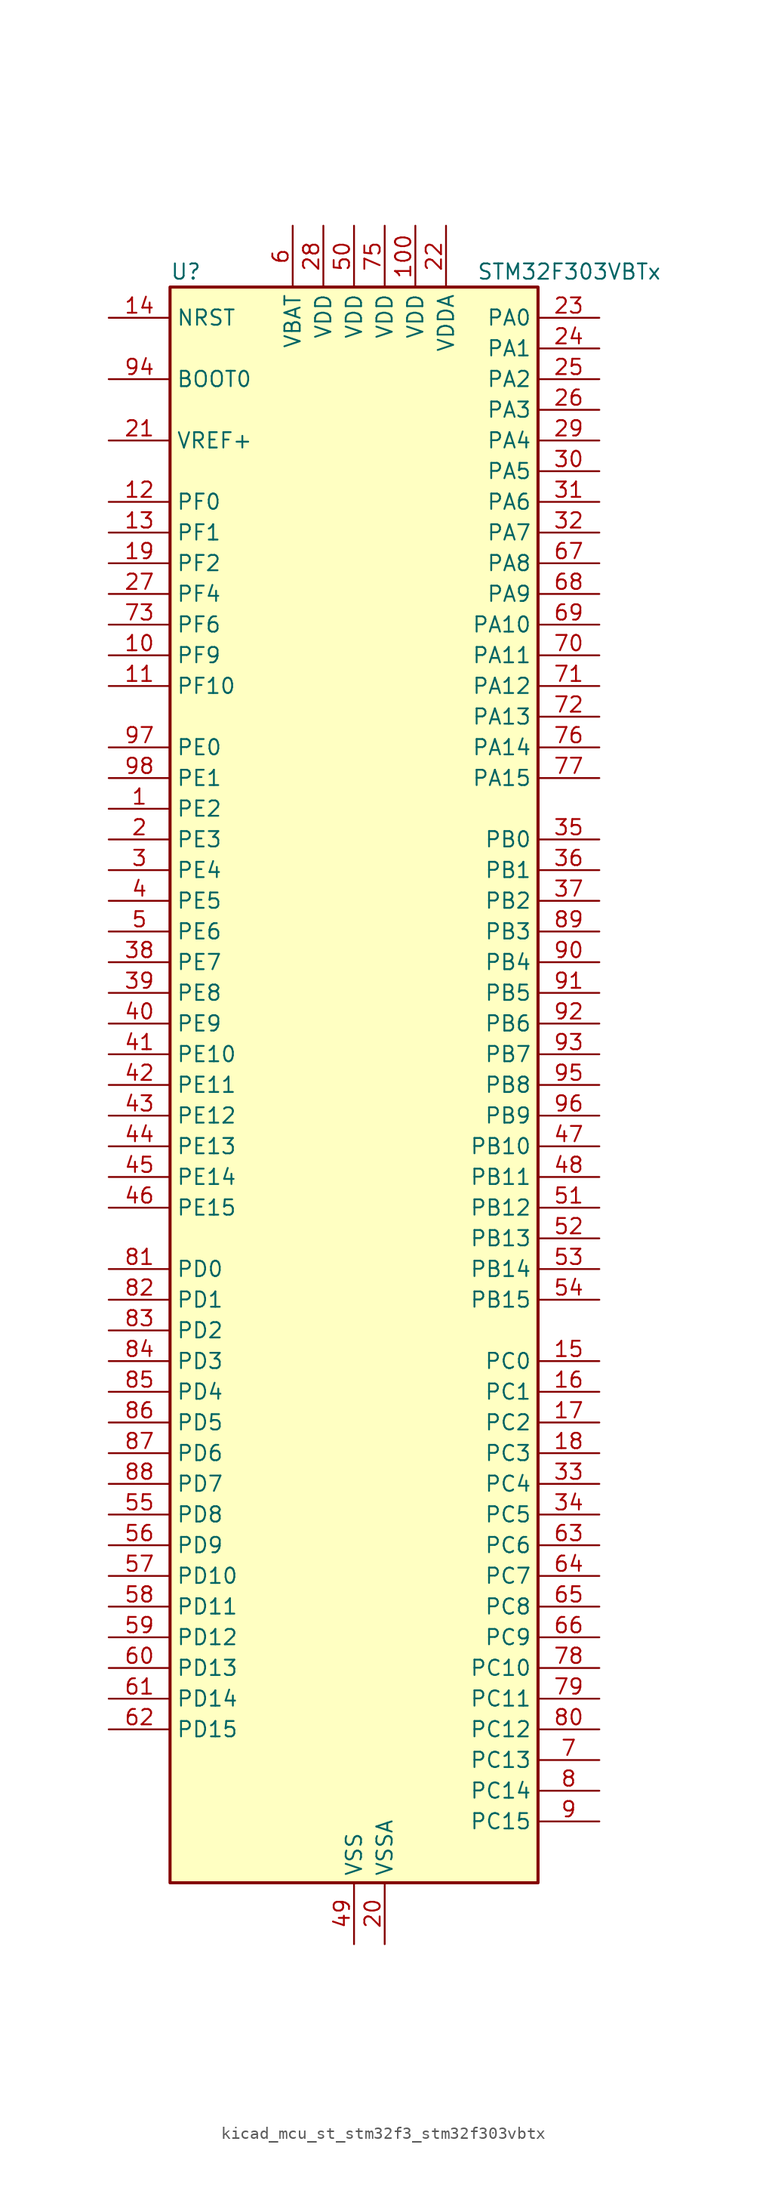
<source format=kicad_sym>
(kicad_symbol_lib
  (version 20220914)
  (generator kicad_symbol_editor)
  (symbol "kicad_mcu_st_stm32f3_stm32f303vbtx"
    (property "Reference" "U"
      (at -15.24 67.31 0)
      (effects (font (size 1.27 1.27)) (justify left)))
    (property "Value" "STM32F303VBTx"
      (at 10.16 67.31 0)
      (effects (font (size 1.27 1.27)) (justify left)))
    (property "ki_locked" ""
      (at 0 0 0)
      (effects (font (size 1.27 1.27))))
    (symbol "kicad_mcu_st_stm32f3_stm32f303vbtx_0_1"
      (rectangle (start -15.24 -66.04) (end 15.24 66.04) (stroke (width 0.254) (type default)) (fill (type background))))
    (symbol "kicad_mcu_st_stm32f3_stm32f303vbtx_1_1"
      (pin bidirectional line (at -20.32 22.86 0) (length 5.08) (name "PE2" (effects (font (size 1.27 1.27)))) (number "1" (effects (font (size 1.27 1.27)))) (alternate "ADC3_EXTI2" bidirectional line) (alternate "ADC4_EXTI2" bidirectional line) (alternate "SYS_TRACECK" bidirectional line) (alternate "TIM3_CH1" bidirectional line) (alternate "TSC_G7_IO1" bidirectional line))
      (pin bidirectional line (at -20.32 35.56 0) (length 5.08) (name "PF9" (effects (font (size 1.27 1.27)))) (number "10" (effects (font (size 1.27 1.27)))) (alternate "DAC_EXTI9" bidirectional line) (alternate "SPI2_SCK" bidirectional line) (alternate "TIM15_CH1" bidirectional line))
      (pin power_in line (at 5.08 71.12 270) (length 5.08) (name "VDD" (effects (font (size 1.27 1.27)))) (number "100" (effects (font (size 1.27 1.27)))))
      (pin bidirectional line (at -20.32 33.02 0) (length 5.08) (name "PF10" (effects (font (size 1.27 1.27)))) (number "11" (effects (font (size 1.27 1.27)))) (alternate "SPI2_SCK" bidirectional line) (alternate "TIM15_CH2" bidirectional line))
      (pin bidirectional line (at -20.32 48.26 0) (length 5.08) (name "PF0" (effects (font (size 1.27 1.27)))) (number "12" (effects (font (size 1.27 1.27)))) (alternate "I2C2_SDA" bidirectional line) (alternate "RCC_OSC_IN" bidirectional line) (alternate "TIM1_CH3N" bidirectional line))
      (pin bidirectional line (at -20.32 45.72 0) (length 5.08) (name "PF1" (effects (font (size 1.27 1.27)))) (number "13" (effects (font (size 1.27 1.27)))) (alternate "I2C2_SCL" bidirectional line) (alternate "RCC_OSC_OUT" bidirectional line))
      (pin input line (at -20.32 63.5 0) (length 5.08) (name "NRST" (effects (font (size 1.27 1.27)))) (number "14" (effects (font (size 1.27 1.27)))))
      (pin bidirectional line (at 20.32 -22.86 180) (length 5.08) (name "PC0" (effects (font (size 1.27 1.27)))) (number "15" (effects (font (size 1.27 1.27)))) (alternate "ADC1_IN6" bidirectional line) (alternate "ADC2_IN6" bidirectional line) (alternate "COMP7_INM" bidirectional line))
      (pin bidirectional line (at 20.32 -25.4 180) (length 5.08) (name "PC1" (effects (font (size 1.27 1.27)))) (number "16" (effects (font (size 1.27 1.27)))) (alternate "ADC1_IN7" bidirectional line) (alternate "ADC2_IN7" bidirectional line) (alternate "COMP7_INP" bidirectional line))
      (pin bidirectional line (at 20.32 -27.94 180) (length 5.08) (name "PC2" (effects (font (size 1.27 1.27)))) (number "17" (effects (font (size 1.27 1.27)))) (alternate "ADC1_IN8" bidirectional line) (alternate "ADC2_IN8" bidirectional line) (alternate "ADC3_EXTI2" bidirectional line) (alternate "ADC4_EXTI2" bidirectional line) (alternate "COMP7_OUT" bidirectional line))
      (pin bidirectional line (at 20.32 -30.48 180) (length 5.08) (name "PC3" (effects (font (size 1.27 1.27)))) (number "18" (effects (font (size 1.27 1.27)))) (alternate "ADC1_IN9" bidirectional line) (alternate "ADC2_IN9" bidirectional line) (alternate "TIM1_BKIN2" bidirectional line))
      (pin bidirectional line (at -20.32 43.18 0) (length 5.08) (name "PF2" (effects (font (size 1.27 1.27)))) (number "19" (effects (font (size 1.27 1.27)))) (alternate "ADC1_IN10" bidirectional line) (alternate "ADC2_IN10" bidirectional line) (alternate "ADC3_EXTI2" bidirectional line) (alternate "ADC4_EXTI2" bidirectional line))
      (pin bidirectional line (at -20.32 20.32 0) (length 5.08) (name "PE3" (effects (font (size 1.27 1.27)))) (number "2" (effects (font (size 1.27 1.27)))) (alternate "SYS_TRACED0" bidirectional line) (alternate "TIM3_CH2" bidirectional line) (alternate "TSC_G7_IO2" bidirectional line))
      (pin power_in line (at 2.54 -71.12 90) (length 5.08) (name "VSSA" (effects (font (size 1.27 1.27)))) (number "20" (effects (font (size 1.27 1.27)))))
      (pin input line (at -20.32 53.34 0) (length 5.08) (name "VREF+" (effects (font (size 1.27 1.27)))) (number "21" (effects (font (size 1.27 1.27)))))
      (pin power_in line (at 7.62 71.12 270) (length 5.08) (name "VDDA" (effects (font (size 1.27 1.27)))) (number "22" (effects (font (size 1.27 1.27)))))
      (pin bidirectional line (at 20.32 63.5 180) (length 5.08) (name "PA0" (effects (font (size 1.27 1.27)))) (number "23" (effects (font (size 1.27 1.27)))) (alternate "ADC1_IN1" bidirectional line) (alternate "COMP1_INM" bidirectional line) (alternate "COMP1_OUT" bidirectional line) (alternate "COMP7_INP" bidirectional line) (alternate "RTC_TAMP2" bidirectional line) (alternate "SYS_WKUP1" bidirectional line) (alternate "TIM2_CH1" bidirectional line) (alternate "TIM2_ETR" bidirectional line) (alternate "TIM8_BKIN" bidirectional line) (alternate "TIM8_ETR" bidirectional line) (alternate "TSC_G1_IO1" bidirectional line) (alternate "USART2_CTS" bidirectional line))
      (pin bidirectional line (at 20.32 60.96 180) (length 5.08) (name "PA1" (effects (font (size 1.27 1.27)))) (number "24" (effects (font (size 1.27 1.27)))) (alternate "ADC1_IN2" bidirectional line) (alternate "COMP1_INP" bidirectional line) (alternate "OPAMP1_VINP" bidirectional line) (alternate "OPAMP1_VINP_SEC" bidirectional line) (alternate "OPAMP3_VINP" bidirectional line) (alternate "OPAMP3_VINP_SEC" bidirectional line) (alternate "RTC_REFIN" bidirectional line) (alternate "TIM15_CH1N" bidirectional line) (alternate "TIM2_CH2" bidirectional line) (alternate "TSC_G1_IO2" bidirectional line) (alternate "USART2_DE" bidirectional line) (alternate "USART2_RTS" bidirectional line))
      (pin bidirectional line (at 20.32 58.42 180) (length 5.08) (name "PA2" (effects (font (size 1.27 1.27)))) (number "25" (effects (font (size 1.27 1.27)))) (alternate "ADC1_IN3" bidirectional line) (alternate "ADC3_EXTI2" bidirectional line) (alternate "ADC4_EXTI2" bidirectional line) (alternate "COMP2_INM" bidirectional line) (alternate "COMP2_OUT" bidirectional line) (alternate "OPAMP1_VOUT" bidirectional line) (alternate "TIM15_CH1" bidirectional line) (alternate "TIM2_CH3" bidirectional line) (alternate "TSC_G1_IO3" bidirectional line) (alternate "USART2_TX" bidirectional line))
      (pin bidirectional line (at 20.32 55.88 180) (length 5.08) (name "PA3" (effects (font (size 1.27 1.27)))) (number "26" (effects (font (size 1.27 1.27)))) (alternate "ADC1_IN4" bidirectional line) (alternate "COMP2_INP" bidirectional line) (alternate "OPAMP1_VINM" bidirectional line) (alternate "OPAMP1_VINM_SEC" bidirectional line) (alternate "OPAMP1_VINP" bidirectional line) (alternate "OPAMP1_VINP_SEC" bidirectional line) (alternate "TIM15_CH2" bidirectional line) (alternate "TIM2_CH4" bidirectional line) (alternate "TSC_G1_IO4" bidirectional line) (alternate "USART2_RX" bidirectional line))
      (pin bidirectional line (at -20.32 40.64 0) (length 5.08) (name "PF4" (effects (font (size 1.27 1.27)))) (number "27" (effects (font (size 1.27 1.27)))) (alternate "ADC1_IN5" bidirectional line) (alternate "COMP1_OUT" bidirectional line))
      (pin power_in line (at -2.54 71.12 270) (length 5.08) (name "VDD" (effects (font (size 1.27 1.27)))) (number "28" (effects (font (size 1.27 1.27)))))
      (pin bidirectional line (at 20.32 53.34 180) (length 5.08) (name "PA4" (effects (font (size 1.27 1.27)))) (number "29" (effects (font (size 1.27 1.27)))) (alternate "ADC2_IN1" bidirectional line) (alternate "COMP1_INM" bidirectional line) (alternate "COMP2_INM" bidirectional line) (alternate "COMP3_INM" bidirectional line) (alternate "COMP4_INM" bidirectional line) (alternate "COMP5_INM" bidirectional line) (alternate "COMP6_INM" bidirectional line) (alternate "COMP7_INM" bidirectional line) (alternate "DAC_OUT1" bidirectional line) (alternate "I2S3_WS" bidirectional line) (alternate "OPAMP4_VINP" bidirectional line) (alternate "OPAMP4_VINP_SEC" bidirectional line) (alternate "SPI1_NSS" bidirectional line) (alternate "SPI3_NSS" bidirectional line) (alternate "TIM3_CH2" bidirectional line) (alternate "TSC_G2_IO1" bidirectional line) (alternate "USART2_CK" bidirectional line))
      (pin bidirectional line (at -20.32 17.78 0) (length 5.08) (name "PE4" (effects (font (size 1.27 1.27)))) (number "3" (effects (font (size 1.27 1.27)))) (alternate "SYS_TRACED1" bidirectional line) (alternate "TIM3_CH3" bidirectional line) (alternate "TSC_G7_IO3" bidirectional line))
      (pin bidirectional line (at 20.32 50.8 180) (length 5.08) (name "PA5" (effects (font (size 1.27 1.27)))) (number "30" (effects (font (size 1.27 1.27)))) (alternate "ADC2_IN2" bidirectional line) (alternate "COMP1_INM" bidirectional line) (alternate "COMP2_INM" bidirectional line) (alternate "COMP3_INM" bidirectional line) (alternate "COMP4_INM" bidirectional line) (alternate "COMP5_INM" bidirectional line) (alternate "COMP6_INM" bidirectional line) (alternate "COMP7_INM" bidirectional line) (alternate "DAC_OUT2" bidirectional line) (alternate "OPAMP1_VINP" bidirectional line) (alternate "OPAMP1_VINP_SEC" bidirectional line) (alternate "OPAMP2_VINM" bidirectional line) (alternate "OPAMP2_VINM_SEC" bidirectional line) (alternate "OPAMP3_VINP" bidirectional line) (alternate "OPAMP3_VINP_SEC" bidirectional line) (alternate "SPI1_SCK" bidirectional line) (alternate "TIM2_CH1" bidirectional line) (alternate "TIM2_ETR" bidirectional line) (alternate "TSC_G2_IO2" bidirectional line))
      (pin bidirectional line (at 20.32 48.26 180) (length 5.08) (name "PA6" (effects (font (size 1.27 1.27)))) (number "31" (effects (font (size 1.27 1.27)))) (alternate "ADC2_IN3" bidirectional line) (alternate "COMP1_OUT" bidirectional line) (alternate "OPAMP2_VOUT" bidirectional line) (alternate "SPI1_MISO" bidirectional line) (alternate "TIM16_CH1" bidirectional line) (alternate "TIM1_BKIN" bidirectional line) (alternate "TIM3_CH1" bidirectional line) (alternate "TIM8_BKIN" bidirectional line) (alternate "TSC_G2_IO3" bidirectional line))
      (pin bidirectional line (at 20.32 45.72 180) (length 5.08) (name "PA7" (effects (font (size 1.27 1.27)))) (number "32" (effects (font (size 1.27 1.27)))) (alternate "ADC2_IN4" bidirectional line) (alternate "COMP2_INP" bidirectional line) (alternate "COMP2_OUT" bidirectional line) (alternate "OPAMP1_VINP" bidirectional line) (alternate "OPAMP1_VINP_SEC" bidirectional line) (alternate "OPAMP2_VINP" bidirectional line) (alternate "OPAMP2_VINP_SEC" bidirectional line) (alternate "SPI1_MOSI" bidirectional line) (alternate "TIM17_CH1" bidirectional line) (alternate "TIM1_CH1N" bidirectional line) (alternate "TIM3_CH2" bidirectional line) (alternate "TIM8_CH1N" bidirectional line) (alternate "TSC_G2_IO4" bidirectional line))
      (pin bidirectional line (at 20.32 -33.02 180) (length 5.08) (name "PC4" (effects (font (size 1.27 1.27)))) (number "33" (effects (font (size 1.27 1.27)))) (alternate "ADC2_IN5" bidirectional line) (alternate "USART1_TX" bidirectional line))
      (pin bidirectional line (at 20.32 -35.56 180) (length 5.08) (name "PC5" (effects (font (size 1.27 1.27)))) (number "34" (effects (font (size 1.27 1.27)))) (alternate "ADC2_IN11" bidirectional line) (alternate "OPAMP1_VINM" bidirectional line) (alternate "OPAMP1_VINM_SEC" bidirectional line) (alternate "OPAMP2_VINM" bidirectional line) (alternate "OPAMP2_VINM_SEC" bidirectional line) (alternate "TSC_G3_IO1" bidirectional line) (alternate "USART1_RX" bidirectional line))
      (pin bidirectional line (at 20.32 20.32 180) (length 5.08) (name "PB0" (effects (font (size 1.27 1.27)))) (number "35" (effects (font (size 1.27 1.27)))) (alternate "ADC3_IN12" bidirectional line) (alternate "COMP4_INP" bidirectional line) (alternate "OPAMP2_VINP" bidirectional line) (alternate "OPAMP2_VINP_SEC" bidirectional line) (alternate "OPAMP3_VINP" bidirectional line) (alternate "OPAMP3_VINP_SEC" bidirectional line) (alternate "TIM1_CH2N" bidirectional line) (alternate "TIM3_CH3" bidirectional line) (alternate "TIM8_CH2N" bidirectional line) (alternate "TSC_G3_IO2" bidirectional line))
      (pin bidirectional line (at 20.32 17.78 180) (length 5.08) (name "PB1" (effects (font (size 1.27 1.27)))) (number "36" (effects (font (size 1.27 1.27)))) (alternate "ADC3_IN1" bidirectional line) (alternate "COMP4_OUT" bidirectional line) (alternate "OPAMP3_VOUT" bidirectional line) (alternate "TIM1_CH3N" bidirectional line) (alternate "TIM3_CH4" bidirectional line) (alternate "TIM8_CH3N" bidirectional line) (alternate "TSC_G3_IO3" bidirectional line))
      (pin bidirectional line (at 20.32 15.24 180) (length 5.08) (name "PB2" (effects (font (size 1.27 1.27)))) (number "37" (effects (font (size 1.27 1.27)))) (alternate "ADC2_IN12" bidirectional line) (alternate "ADC3_EXTI2" bidirectional line) (alternate "ADC4_EXTI2" bidirectional line) (alternate "COMP4_INM" bidirectional line) (alternate "OPAMP3_VINM" bidirectional line) (alternate "OPAMP3_VINM_SEC" bidirectional line) (alternate "TSC_G3_IO4" bidirectional line))
      (pin bidirectional line (at -20.32 10.16 0) (length 5.08) (name "PE7" (effects (font (size 1.27 1.27)))) (number "38" (effects (font (size 1.27 1.27)))) (alternate "ADC3_IN13" bidirectional line) (alternate "COMP4_INP" bidirectional line) (alternate "TIM1_ETR" bidirectional line))
      (pin bidirectional line (at -20.32 7.62 0) (length 5.08) (name "PE8" (effects (font (size 1.27 1.27)))) (number "39" (effects (font (size 1.27 1.27)))) (alternate "ADC3_IN6" bidirectional line) (alternate "ADC4_IN6" bidirectional line) (alternate "COMP4_INM" bidirectional line) (alternate "TIM1_CH1N" bidirectional line))
      (pin bidirectional line (at -20.32 15.24 0) (length 5.08) (name "PE5" (effects (font (size 1.27 1.27)))) (number "4" (effects (font (size 1.27 1.27)))) (alternate "SYS_TRACED2" bidirectional line) (alternate "TIM3_CH4" bidirectional line) (alternate "TSC_G7_IO4" bidirectional line))
      (pin bidirectional line (at -20.32 5.08 0) (length 5.08) (name "PE9" (effects (font (size 1.27 1.27)))) (number "40" (effects (font (size 1.27 1.27)))) (alternate "ADC3_IN2" bidirectional line) (alternate "DAC_EXTI9" bidirectional line) (alternate "TIM1_CH1" bidirectional line))
      (pin bidirectional line (at -20.32 2.54 0) (length 5.08) (name "PE10" (effects (font (size 1.27 1.27)))) (number "41" (effects (font (size 1.27 1.27)))) (alternate "ADC3_IN14" bidirectional line) (alternate "TIM1_CH2N" bidirectional line))
      (pin bidirectional line (at -20.32 0 0) (length 5.08) (name "PE11" (effects (font (size 1.27 1.27)))) (number "42" (effects (font (size 1.27 1.27)))) (alternate "ADC1_EXTI11" bidirectional line) (alternate "ADC2_EXTI11" bidirectional line) (alternate "ADC3_IN15" bidirectional line) (alternate "TIM1_CH2" bidirectional line))
      (pin bidirectional line (at -20.32 -2.54 0) (length 5.08) (name "PE12" (effects (font (size 1.27 1.27)))) (number "43" (effects (font (size 1.27 1.27)))) (alternate "ADC3_IN16" bidirectional line) (alternate "TIM1_CH3N" bidirectional line))
      (pin bidirectional line (at -20.32 -5.08 0) (length 5.08) (name "PE13" (effects (font (size 1.27 1.27)))) (number "44" (effects (font (size 1.27 1.27)))) (alternate "ADC3_IN3" bidirectional line) (alternate "TIM1_CH3" bidirectional line))
      (pin bidirectional line (at -20.32 -7.62 0) (length 5.08) (name "PE14" (effects (font (size 1.27 1.27)))) (number "45" (effects (font (size 1.27 1.27)))) (alternate "ADC4_IN1" bidirectional line) (alternate "TIM1_BKIN2" bidirectional line) (alternate "TIM1_CH4" bidirectional line))
      (pin bidirectional line (at -20.32 -10.16 0) (length 5.08) (name "PE15" (effects (font (size 1.27 1.27)))) (number "46" (effects (font (size 1.27 1.27)))) (alternate "ADC1_EXTI15" bidirectional line) (alternate "ADC2_EXTI15" bidirectional line) (alternate "ADC4_IN2" bidirectional line) (alternate "TIM1_BKIN" bidirectional line) (alternate "USART3_RX" bidirectional line))
      (pin bidirectional line (at 20.32 -5.08 180) (length 5.08) (name "PB10" (effects (font (size 1.27 1.27)))) (number "47" (effects (font (size 1.27 1.27)))) (alternate "COMP5_INM" bidirectional line) (alternate "OPAMP3_VINM" bidirectional line) (alternate "OPAMP3_VINM_SEC" bidirectional line) (alternate "OPAMP4_VINM" bidirectional line) (alternate "OPAMP4_VINM_SEC" bidirectional line) (alternate "TIM2_CH3" bidirectional line) (alternate "TSC_SYNC" bidirectional line) (alternate "USART3_TX" bidirectional line))
      (pin bidirectional line (at 20.32 -7.62 180) (length 5.08) (name "PB11" (effects (font (size 1.27 1.27)))) (number "48" (effects (font (size 1.27 1.27)))) (alternate "ADC1_EXTI11" bidirectional line) (alternate "ADC2_EXTI11" bidirectional line) (alternate "COMP6_INP" bidirectional line) (alternate "OPAMP4_VINP" bidirectional line) (alternate "OPAMP4_VINP_SEC" bidirectional line) (alternate "TIM2_CH4" bidirectional line) (alternate "TSC_G6_IO1" bidirectional line) (alternate "USART3_RX" bidirectional line))
      (pin power_in line (at 0 -71.12 90) (length 5.08) (name "VSS" (effects (font (size 1.27 1.27)))) (number "49" (effects (font (size 1.27 1.27)))))
      (pin bidirectional line (at -20.32 12.7 0) (length 5.08) (name "PE6" (effects (font (size 1.27 1.27)))) (number "5" (effects (font (size 1.27 1.27)))) (alternate "RTC_TAMP3" bidirectional line) (alternate "SYS_TRACED3" bidirectional line) (alternate "SYS_WKUP3" bidirectional line))
      (pin power_in line (at 0 71.12 270) (length 5.08) (name "VDD" (effects (font (size 1.27 1.27)))) (number "50" (effects (font (size 1.27 1.27)))))
      (pin bidirectional line (at 20.32 -10.16 180) (length 5.08) (name "PB12" (effects (font (size 1.27 1.27)))) (number "51" (effects (font (size 1.27 1.27)))) (alternate "ADC4_IN3" bidirectional line) (alternate "COMP3_INM" bidirectional line) (alternate "I2C2_SMBA" bidirectional line) (alternate "I2S2_WS" bidirectional line) (alternate "OPAMP4_VOUT" bidirectional line) (alternate "SPI2_NSS" bidirectional line) (alternate "TIM1_BKIN" bidirectional line) (alternate "TSC_G6_IO2" bidirectional line) (alternate "USART3_CK" bidirectional line))
      (pin bidirectional line (at 20.32 -12.7 180) (length 5.08) (name "PB13" (effects (font (size 1.27 1.27)))) (number "52" (effects (font (size 1.27 1.27)))) (alternate "ADC3_IN5" bidirectional line) (alternate "COMP5_INP" bidirectional line) (alternate "I2S2_CK" bidirectional line) (alternate "OPAMP3_VINP" bidirectional line) (alternate "OPAMP3_VINP_SEC" bidirectional line) (alternate "OPAMP4_VINP" bidirectional line) (alternate "OPAMP4_VINP_SEC" bidirectional line) (alternate "SPI2_SCK" bidirectional line) (alternate "TIM1_CH1N" bidirectional line) (alternate "TSC_G6_IO3" bidirectional line) (alternate "USART3_CTS" bidirectional line))
      (pin bidirectional line (at 20.32 -15.24 180) (length 5.08) (name "PB14" (effects (font (size 1.27 1.27)))) (number "53" (effects (font (size 1.27 1.27)))) (alternate "ADC4_IN4" bidirectional line) (alternate "COMP3_INP" bidirectional line) (alternate "I2S2_ext_SD" bidirectional line) (alternate "OPAMP2_VINP" bidirectional line) (alternate "OPAMP2_VINP_SEC" bidirectional line) (alternate "SPI2_MISO" bidirectional line) (alternate "TIM15_CH1" bidirectional line) (alternate "TIM1_CH2N" bidirectional line) (alternate "TSC_G6_IO4" bidirectional line) (alternate "USART3_DE" bidirectional line) (alternate "USART3_RTS" bidirectional line))
      (pin bidirectional line (at 20.32 -17.78 180) (length 5.08) (name "PB15" (effects (font (size 1.27 1.27)))) (number "54" (effects (font (size 1.27 1.27)))) (alternate "ADC1_EXTI15" bidirectional line) (alternate "ADC2_EXTI15" bidirectional line) (alternate "ADC4_IN5" bidirectional line) (alternate "COMP6_INM" bidirectional line) (alternate "I2S2_SD" bidirectional line) (alternate "RTC_REFIN" bidirectional line) (alternate "SPI2_MOSI" bidirectional line) (alternate "TIM15_CH1N" bidirectional line) (alternate "TIM15_CH2" bidirectional line) (alternate "TIM1_CH3N" bidirectional line))
      (pin bidirectional line (at -20.32 -35.56 0) (length 5.08) (name "PD8" (effects (font (size 1.27 1.27)))) (number "55" (effects (font (size 1.27 1.27)))) (alternate "ADC4_IN12" bidirectional line) (alternate "OPAMP4_VINM" bidirectional line) (alternate "OPAMP4_VINM_SEC" bidirectional line) (alternate "USART3_TX" bidirectional line))
      (pin bidirectional line (at -20.32 -38.1 0) (length 5.08) (name "PD9" (effects (font (size 1.27 1.27)))) (number "56" (effects (font (size 1.27 1.27)))) (alternate "ADC4_IN13" bidirectional line) (alternate "DAC_EXTI9" bidirectional line) (alternate "USART3_RX" bidirectional line))
      (pin bidirectional line (at -20.32 -40.64 0) (length 5.08) (name "PD10" (effects (font (size 1.27 1.27)))) (number "57" (effects (font (size 1.27 1.27)))) (alternate "ADC3_IN7" bidirectional line) (alternate "ADC4_IN7" bidirectional line) (alternate "COMP6_INM" bidirectional line) (alternate "USART3_CK" bidirectional line))
      (pin bidirectional line (at -20.32 -43.18 0) (length 5.08) (name "PD11" (effects (font (size 1.27 1.27)))) (number "58" (effects (font (size 1.27 1.27)))) (alternate "ADC1_EXTI11" bidirectional line) (alternate "ADC2_EXTI11" bidirectional line) (alternate "ADC3_IN8" bidirectional line) (alternate "ADC4_IN8" bidirectional line) (alternate "COMP6_INP" bidirectional line) (alternate "OPAMP4_VINP" bidirectional line) (alternate "OPAMP4_VINP_SEC" bidirectional line) (alternate "USART3_CTS" bidirectional line))
      (pin bidirectional line (at -20.32 -45.72 0) (length 5.08) (name "PD12" (effects (font (size 1.27 1.27)))) (number "59" (effects (font (size 1.27 1.27)))) (alternate "ADC3_IN9" bidirectional line) (alternate "ADC4_IN9" bidirectional line) (alternate "COMP5_INP" bidirectional line) (alternate "TIM4_CH1" bidirectional line) (alternate "TSC_G8_IO1" bidirectional line) (alternate "USART3_DE" bidirectional line) (alternate "USART3_RTS" bidirectional line))
      (pin power_in line (at -5.08 71.12 270) (length 5.08) (name "VBAT" (effects (font (size 1.27 1.27)))) (number "6" (effects (font (size 1.27 1.27)))))
      (pin bidirectional line (at -20.32 -48.26 0) (length 5.08) (name "PD13" (effects (font (size 1.27 1.27)))) (number "60" (effects (font (size 1.27 1.27)))) (alternate "ADC3_IN10" bidirectional line) (alternate "ADC4_IN10" bidirectional line) (alternate "COMP5_INM" bidirectional line) (alternate "TIM4_CH2" bidirectional line) (alternate "TSC_G8_IO2" bidirectional line))
      (pin bidirectional line (at -20.32 -50.8 0) (length 5.08) (name "PD14" (effects (font (size 1.27 1.27)))) (number "61" (effects (font (size 1.27 1.27)))) (alternate "ADC3_IN11" bidirectional line) (alternate "ADC4_IN11" bidirectional line) (alternate "COMP3_INP" bidirectional line) (alternate "OPAMP2_VINP" bidirectional line) (alternate "OPAMP2_VINP_SEC" bidirectional line) (alternate "TIM4_CH3" bidirectional line) (alternate "TSC_G8_IO3" bidirectional line))
      (pin bidirectional line (at -20.32 -53.34 0) (length 5.08) (name "PD15" (effects (font (size 1.27 1.27)))) (number "62" (effects (font (size 1.27 1.27)))) (alternate "ADC1_EXTI15" bidirectional line) (alternate "ADC2_EXTI15" bidirectional line) (alternate "COMP3_INM" bidirectional line) (alternate "SPI2_NSS" bidirectional line) (alternate "TIM4_CH4" bidirectional line) (alternate "TSC_G8_IO4" bidirectional line))
      (pin bidirectional line (at 20.32 -38.1 180) (length 5.08) (name "PC6" (effects (font (size 1.27 1.27)))) (number "63" (effects (font (size 1.27 1.27)))) (alternate "COMP6_OUT" bidirectional line) (alternate "I2S2_MCK" bidirectional line) (alternate "TIM3_CH1" bidirectional line) (alternate "TIM8_CH1" bidirectional line))
      (pin bidirectional line (at 20.32 -40.64 180) (length 5.08) (name "PC7" (effects (font (size 1.27 1.27)))) (number "64" (effects (font (size 1.27 1.27)))) (alternate "COMP5_OUT" bidirectional line) (alternate "I2S3_MCK" bidirectional line) (alternate "TIM3_CH2" bidirectional line) (alternate "TIM8_CH2" bidirectional line))
      (pin bidirectional line (at 20.32 -43.18 180) (length 5.08) (name "PC8" (effects (font (size 1.27 1.27)))) (number "65" (effects (font (size 1.27 1.27)))) (alternate "COMP3_OUT" bidirectional line) (alternate "TIM3_CH3" bidirectional line) (alternate "TIM8_CH3" bidirectional line))
      (pin bidirectional line (at 20.32 -45.72 180) (length 5.08) (name "PC9" (effects (font (size 1.27 1.27)))) (number "66" (effects (font (size 1.27 1.27)))) (alternate "DAC_EXTI9" bidirectional line) (alternate "I2S_CKIN" bidirectional line) (alternate "TIM3_CH4" bidirectional line) (alternate "TIM8_BKIN2" bidirectional line) (alternate "TIM8_CH4" bidirectional line))
      (pin bidirectional line (at 20.32 43.18 180) (length 5.08) (name "PA8" (effects (font (size 1.27 1.27)))) (number "67" (effects (font (size 1.27 1.27)))) (alternate "COMP3_OUT" bidirectional line) (alternate "I2C2_SMBA" bidirectional line) (alternate "I2S2_MCK" bidirectional line) (alternate "RCC_MCO" bidirectional line) (alternate "TIM1_CH1" bidirectional line) (alternate "TIM4_ETR" bidirectional line) (alternate "USART1_CK" bidirectional line))
      (pin bidirectional line (at 20.32 40.64 180) (length 5.08) (name "PA9" (effects (font (size 1.27 1.27)))) (number "68" (effects (font (size 1.27 1.27)))) (alternate "COMP5_OUT" bidirectional line) (alternate "DAC_EXTI9" bidirectional line) (alternate "I2C2_SCL" bidirectional line) (alternate "I2S3_MCK" bidirectional line) (alternate "TIM15_BKIN" bidirectional line) (alternate "TIM1_CH2" bidirectional line) (alternate "TIM2_CH3" bidirectional line) (alternate "TSC_G4_IO1" bidirectional line) (alternate "USART1_TX" bidirectional line))
      (pin bidirectional line (at 20.32 38.1 180) (length 5.08) (name "PA10" (effects (font (size 1.27 1.27)))) (number "69" (effects (font (size 1.27 1.27)))) (alternate "COMP6_OUT" bidirectional line) (alternate "I2C2_SDA" bidirectional line) (alternate "TIM17_BKIN" bidirectional line) (alternate "TIM1_CH3" bidirectional line) (alternate "TIM2_CH4" bidirectional line) (alternate "TIM8_BKIN" bidirectional line) (alternate "TSC_G4_IO2" bidirectional line) (alternate "USART1_RX" bidirectional line))
      (pin bidirectional line (at 20.32 -55.88 180) (length 5.08) (name "PC13" (effects (font (size 1.27 1.27)))) (number "7" (effects (font (size 1.27 1.27)))) (alternate "RTC_OUT_ALARM" bidirectional line) (alternate "RTC_OUT_CALIB" bidirectional line) (alternate "RTC_TAMP1" bidirectional line) (alternate "RTC_TS" bidirectional line) (alternate "SYS_WKUP2" bidirectional line) (alternate "TIM1_CH1N" bidirectional line))
      (pin bidirectional line (at 20.32 35.56 180) (length 5.08) (name "PA11" (effects (font (size 1.27 1.27)))) (number "70" (effects (font (size 1.27 1.27)))) (alternate "ADC1_EXTI11" bidirectional line) (alternate "ADC2_EXTI11" bidirectional line) (alternate "CAN_RX" bidirectional line) (alternate "COMP1_OUT" bidirectional line) (alternate "TIM1_BKIN2" bidirectional line) (alternate "TIM1_CH1N" bidirectional line) (alternate "TIM1_CH4" bidirectional line) (alternate "TIM4_CH1" bidirectional line) (alternate "USART1_CTS" bidirectional line) (alternate "USB_DM" bidirectional line))
      (pin bidirectional line (at 20.32 33.02 180) (length 5.08) (name "PA12" (effects (font (size 1.27 1.27)))) (number "71" (effects (font (size 1.27 1.27)))) (alternate "CAN_TX" bidirectional line) (alternate "COMP2_OUT" bidirectional line) (alternate "TIM16_CH1" bidirectional line) (alternate "TIM1_CH2N" bidirectional line) (alternate "TIM1_ETR" bidirectional line) (alternate "TIM4_CH2" bidirectional line) (alternate "USART1_DE" bidirectional line) (alternate "USART1_RTS" bidirectional line) (alternate "USB_DP" bidirectional line))
      (pin bidirectional line (at 20.32 30.48 180) (length 5.08) (name "PA13" (effects (font (size 1.27 1.27)))) (number "72" (effects (font (size 1.27 1.27)))) (alternate "IR_OUT" bidirectional line) (alternate "SYS_JTMS-SWDIO" bidirectional line) (alternate "TIM16_CH1N" bidirectional line) (alternate "TIM4_CH3" bidirectional line) (alternate "TSC_G4_IO3" bidirectional line) (alternate "USART3_CTS" bidirectional line))
      (pin bidirectional line (at -20.32 38.1 0) (length 5.08) (name "PF6" (effects (font (size 1.27 1.27)))) (number "73" (effects (font (size 1.27 1.27)))) (alternate "I2C2_SCL" bidirectional line) (alternate "TIM4_CH4" bidirectional line) (alternate "USART3_DE" bidirectional line) (alternate "USART3_RTS" bidirectional line))
      (pin passive line (at 0 -71.12 90) (length 5.08) hide (name "VSS" (effects (font (size 1.27 1.27)))) (number "74" (effects (font (size 1.27 1.27)))))
      (pin power_in line (at 2.54 71.12 270) (length 5.08) (name "VDD" (effects (font (size 1.27 1.27)))) (number "75" (effects (font (size 1.27 1.27)))))
      (pin bidirectional line (at 20.32 27.94 180) (length 5.08) (name "PA14" (effects (font (size 1.27 1.27)))) (number "76" (effects (font (size 1.27 1.27)))) (alternate "I2C1_SDA" bidirectional line) (alternate "SYS_JTCK-SWCLK" bidirectional line) (alternate "TIM1_BKIN" bidirectional line) (alternate "TIM8_CH2" bidirectional line) (alternate "TSC_G4_IO4" bidirectional line) (alternate "USART2_TX" bidirectional line))
      (pin bidirectional line (at 20.32 25.4 180) (length 5.08) (name "PA15" (effects (font (size 1.27 1.27)))) (number "77" (effects (font (size 1.27 1.27)))) (alternate "ADC1_EXTI15" bidirectional line) (alternate "ADC2_EXTI15" bidirectional line) (alternate "I2C1_SCL" bidirectional line) (alternate "I2S3_WS" bidirectional line) (alternate "SPI1_NSS" bidirectional line) (alternate "SPI3_NSS" bidirectional line) (alternate "SYS_JTDI" bidirectional line) (alternate "TIM1_BKIN" bidirectional line) (alternate "TIM2_CH1" bidirectional line) (alternate "TIM2_ETR" bidirectional line) (alternate "TIM8_CH1" bidirectional line) (alternate "USART2_RX" bidirectional line))
      (pin bidirectional line (at 20.32 -48.26 180) (length 5.08) (name "PC10" (effects (font (size 1.27 1.27)))) (number "78" (effects (font (size 1.27 1.27)))) (alternate "I2S3_CK" bidirectional line) (alternate "SPI3_SCK" bidirectional line) (alternate "TIM8_CH1N" bidirectional line) (alternate "UART4_TX" bidirectional line) (alternate "USART3_TX" bidirectional line))
      (pin bidirectional line (at 20.32 -50.8 180) (length 5.08) (name "PC11" (effects (font (size 1.27 1.27)))) (number "79" (effects (font (size 1.27 1.27)))) (alternate "ADC1_EXTI11" bidirectional line) (alternate "ADC2_EXTI11" bidirectional line) (alternate "I2S3_ext_SD" bidirectional line) (alternate "SPI3_MISO" bidirectional line) (alternate "TIM8_CH2N" bidirectional line) (alternate "UART4_RX" bidirectional line) (alternate "USART3_RX" bidirectional line))
      (pin bidirectional line (at 20.32 -58.42 180) (length 5.08) (name "PC14" (effects (font (size 1.27 1.27)))) (number "8" (effects (font (size 1.27 1.27)))) (alternate "RCC_OSC32_IN" bidirectional line))
      (pin bidirectional line (at 20.32 -53.34 180) (length 5.08) (name "PC12" (effects (font (size 1.27 1.27)))) (number "80" (effects (font (size 1.27 1.27)))) (alternate "I2S3_SD" bidirectional line) (alternate "SPI3_MOSI" bidirectional line) (alternate "TIM8_CH3N" bidirectional line) (alternate "UART5_TX" bidirectional line) (alternate "USART3_CK" bidirectional line))
      (pin bidirectional line (at -20.32 -15.24 0) (length 5.08) (name "PD0" (effects (font (size 1.27 1.27)))) (number "81" (effects (font (size 1.27 1.27)))) (alternate "CAN_RX" bidirectional line))
      (pin bidirectional line (at -20.32 -17.78 0) (length 5.08) (name "PD1" (effects (font (size 1.27 1.27)))) (number "82" (effects (font (size 1.27 1.27)))) (alternate "CAN_TX" bidirectional line) (alternate "TIM8_BKIN2" bidirectional line) (alternate "TIM8_CH4" bidirectional line))
      (pin bidirectional line (at -20.32 -20.32 0) (length 5.08) (name "PD2" (effects (font (size 1.27 1.27)))) (number "83" (effects (font (size 1.27 1.27)))) (alternate "ADC3_EXTI2" bidirectional line) (alternate "ADC4_EXTI2" bidirectional line) (alternate "TIM3_ETR" bidirectional line) (alternate "TIM8_BKIN" bidirectional line) (alternate "UART5_RX" bidirectional line))
      (pin bidirectional line (at -20.32 -22.86 0) (length 5.08) (name "PD3" (effects (font (size 1.27 1.27)))) (number "84" (effects (font (size 1.27 1.27)))) (alternate "TIM2_CH1" bidirectional line) (alternate "TIM2_ETR" bidirectional line) (alternate "USART2_CTS" bidirectional line))
      (pin bidirectional line (at -20.32 -25.4 0) (length 5.08) (name "PD4" (effects (font (size 1.27 1.27)))) (number "85" (effects (font (size 1.27 1.27)))) (alternate "TIM2_CH2" bidirectional line) (alternate "USART2_DE" bidirectional line) (alternate "USART2_RTS" bidirectional line))
      (pin bidirectional line (at -20.32 -27.94 0) (length 5.08) (name "PD5" (effects (font (size 1.27 1.27)))) (number "86" (effects (font (size 1.27 1.27)))) (alternate "USART2_TX" bidirectional line))
      (pin bidirectional line (at -20.32 -30.48 0) (length 5.08) (name "PD6" (effects (font (size 1.27 1.27)))) (number "87" (effects (font (size 1.27 1.27)))) (alternate "TIM2_CH4" bidirectional line) (alternate "USART2_RX" bidirectional line))
      (pin bidirectional line (at -20.32 -33.02 0) (length 5.08) (name "PD7" (effects (font (size 1.27 1.27)))) (number "88" (effects (font (size 1.27 1.27)))) (alternate "TIM2_CH3" bidirectional line) (alternate "USART2_CK" bidirectional line))
      (pin bidirectional line (at 20.32 12.7 180) (length 5.08) (name "PB3" (effects (font (size 1.27 1.27)))) (number "89" (effects (font (size 1.27 1.27)))) (alternate "I2S3_CK" bidirectional line) (alternate "SPI1_SCK" bidirectional line) (alternate "SPI3_SCK" bidirectional line) (alternate "SYS_JTDO-TRACESWO" bidirectional line) (alternate "TIM2_CH2" bidirectional line) (alternate "TIM3_ETR" bidirectional line) (alternate "TIM4_ETR" bidirectional line) (alternate "TIM8_CH1N" bidirectional line) (alternate "TSC_G5_IO1" bidirectional line) (alternate "USART2_TX" bidirectional line))
      (pin bidirectional line (at 20.32 -60.96 180) (length 5.08) (name "PC15" (effects (font (size 1.27 1.27)))) (number "9" (effects (font (size 1.27 1.27)))) (alternate "ADC1_EXTI15" bidirectional line) (alternate "ADC2_EXTI15" bidirectional line) (alternate "RCC_OSC32_OUT" bidirectional line))
      (pin bidirectional line (at 20.32 10.16 180) (length 5.08) (name "PB4" (effects (font (size 1.27 1.27)))) (number "90" (effects (font (size 1.27 1.27)))) (alternate "I2S3_ext_SD" bidirectional line) (alternate "SPI1_MISO" bidirectional line) (alternate "SPI3_MISO" bidirectional line) (alternate "SYS_NJTRST" bidirectional line) (alternate "TIM16_CH1" bidirectional line) (alternate "TIM17_BKIN" bidirectional line) (alternate "TIM3_CH1" bidirectional line) (alternate "TIM8_CH2N" bidirectional line) (alternate "TSC_G5_IO2" bidirectional line) (alternate "USART2_RX" bidirectional line))
      (pin bidirectional line (at 20.32 7.62 180) (length 5.08) (name "PB5" (effects (font (size 1.27 1.27)))) (number "91" (effects (font (size 1.27 1.27)))) (alternate "I2C1_SMBA" bidirectional line) (alternate "I2S3_SD" bidirectional line) (alternate "SPI1_MOSI" bidirectional line) (alternate "SPI3_MOSI" bidirectional line) (alternate "TIM16_BKIN" bidirectional line) (alternate "TIM17_CH1" bidirectional line) (alternate "TIM3_CH2" bidirectional line) (alternate "TIM8_CH3N" bidirectional line) (alternate "USART2_CK" bidirectional line))
      (pin bidirectional line (at 20.32 5.08 180) (length 5.08) (name "PB6" (effects (font (size 1.27 1.27)))) (number "92" (effects (font (size 1.27 1.27)))) (alternate "I2C1_SCL" bidirectional line) (alternate "TIM16_CH1N" bidirectional line) (alternate "TIM4_CH1" bidirectional line) (alternate "TIM8_BKIN2" bidirectional line) (alternate "TIM8_CH1" bidirectional line) (alternate "TIM8_ETR" bidirectional line) (alternate "TSC_G5_IO3" bidirectional line) (alternate "USART1_TX" bidirectional line))
      (pin bidirectional line (at 20.32 2.54 180) (length 5.08) (name "PB7" (effects (font (size 1.27 1.27)))) (number "93" (effects (font (size 1.27 1.27)))) (alternate "I2C1_SDA" bidirectional line) (alternate "TIM17_CH1N" bidirectional line) (alternate "TIM3_CH4" bidirectional line) (alternate "TIM4_CH2" bidirectional line) (alternate "TIM8_BKIN" bidirectional line) (alternate "TSC_G5_IO4" bidirectional line) (alternate "USART1_RX" bidirectional line))
      (pin input line (at -20.32 58.42 0) (length 5.08) (name "BOOT0" (effects (font (size 1.27 1.27)))) (number "94" (effects (font (size 1.27 1.27)))))
      (pin bidirectional line (at 20.32 0 180) (length 5.08) (name "PB8" (effects (font (size 1.27 1.27)))) (number "95" (effects (font (size 1.27 1.27)))) (alternate "CAN_RX" bidirectional line) (alternate "COMP1_OUT" bidirectional line) (alternate "I2C1_SCL" bidirectional line) (alternate "TIM16_CH1" bidirectional line) (alternate "TIM1_BKIN" bidirectional line) (alternate "TIM4_CH3" bidirectional line) (alternate "TIM8_CH2" bidirectional line) (alternate "TSC_SYNC" bidirectional line))
      (pin bidirectional line (at 20.32 -2.54 180) (length 5.08) (name "PB9" (effects (font (size 1.27 1.27)))) (number "96" (effects (font (size 1.27 1.27)))) (alternate "CAN_TX" bidirectional line) (alternate "COMP2_OUT" bidirectional line) (alternate "DAC_EXTI9" bidirectional line) (alternate "I2C1_SDA" bidirectional line) (alternate "IR_OUT" bidirectional line) (alternate "TIM17_CH1" bidirectional line) (alternate "TIM4_CH4" bidirectional line) (alternate "TIM8_CH3" bidirectional line))
      (pin bidirectional line (at -20.32 27.94 0) (length 5.08) (name "PE0" (effects (font (size 1.27 1.27)))) (number "97" (effects (font (size 1.27 1.27)))) (alternate "TIM16_CH1" bidirectional line) (alternate "TIM4_ETR" bidirectional line) (alternate "USART1_TX" bidirectional line))
      (pin bidirectional line (at -20.32 25.4 0) (length 5.08) (name "PE1" (effects (font (size 1.27 1.27)))) (number "98" (effects (font (size 1.27 1.27)))) (alternate "TIM17_CH1" bidirectional line) (alternate "USART1_RX" bidirectional line))
      (pin passive line (at 0 -71.12 90) (length 5.08) hide (name "VSS" (effects (font (size 1.27 1.27)))) (number "99" (effects (font (size 1.27 1.27))))))))
</source>
